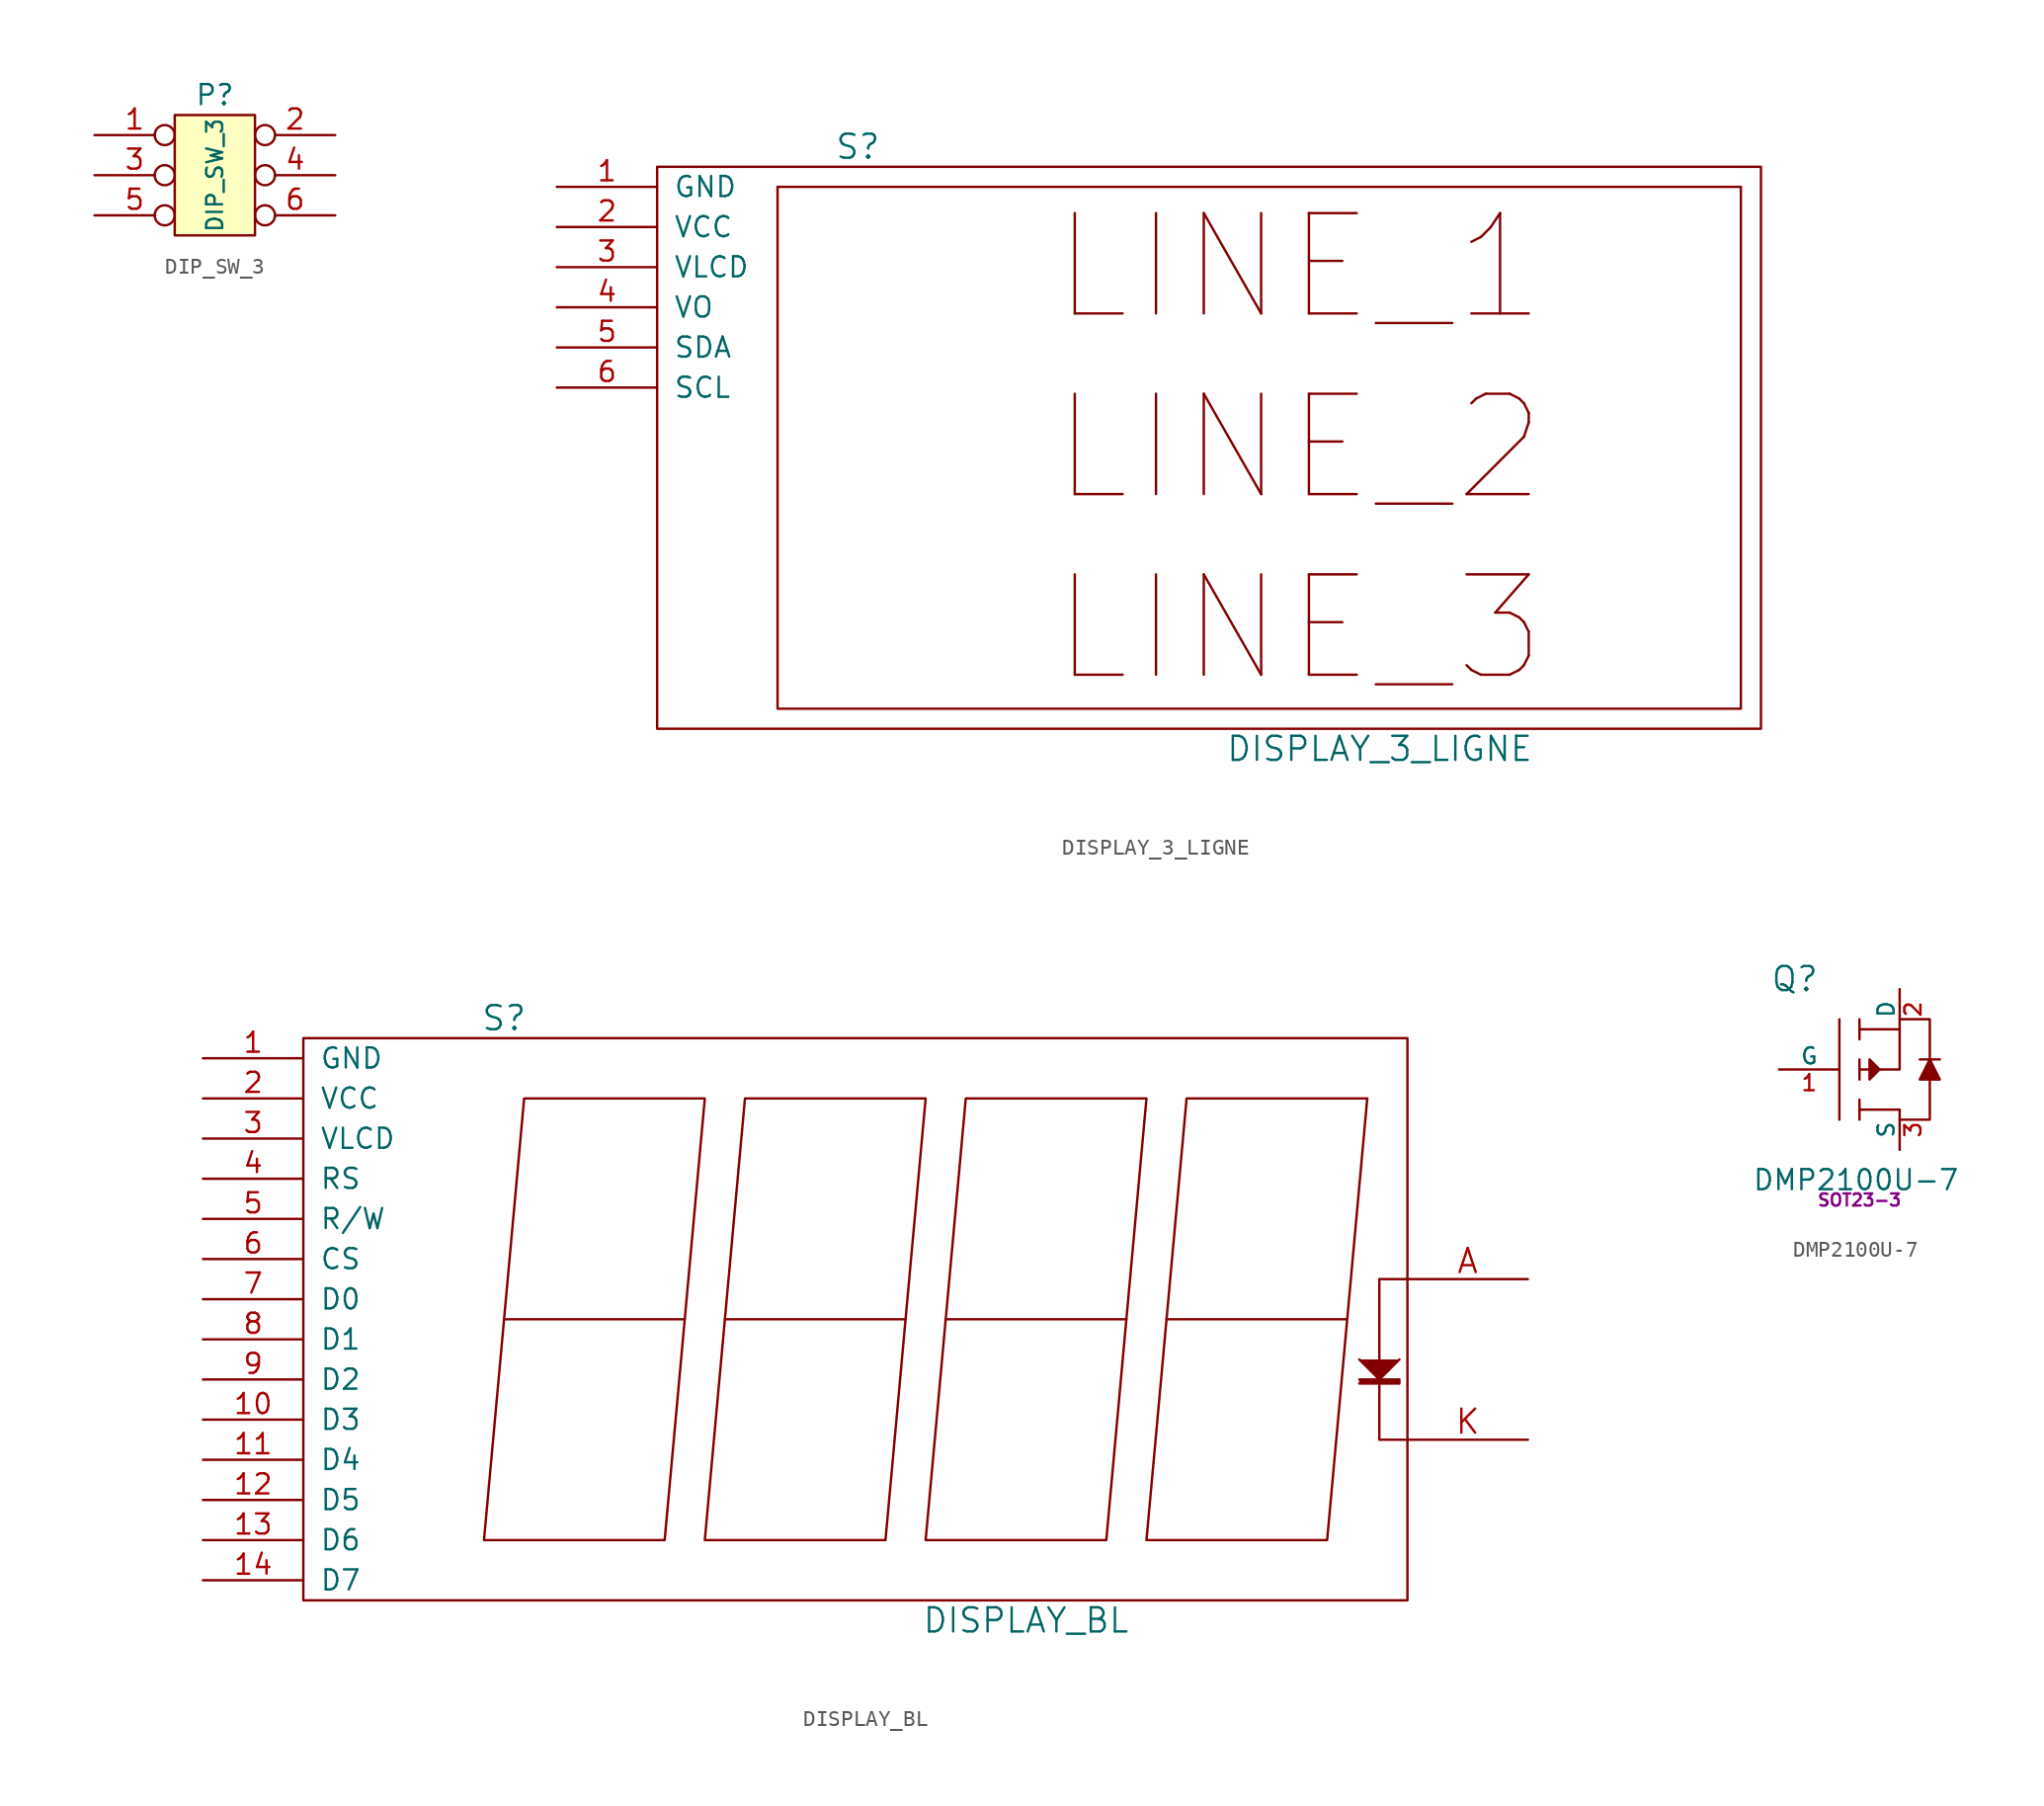
<source format=kicad_sym>
(kicad_symbol_lib
  (version 20220914)
  (generator kicad_symbol_editor)
  (symbol "DIP_SW_3"
    (pin_names
      (offset 1.016) hide)
    (property "Reference" "P"
      (at 0 5.08 0)
      (effects (font (size 1.27 1.27))))
    (property "Value" "DIP_SW_3"
      (at 0 0 90)
      (effects (font (size 1.016 1.016))))
    (property "Footprint" ""
      (at 0 -1.27 0)
      (effects (font (size 1.524 1.524))))
    (property "Datasheet" ""
      (at 0 -1.27 0)
      (effects (font (size 1.524 1.524))))
    (symbol "DIP_SW_3_0_1"
      (rectangle (start -2.54 3.81) (end 2.54 -3.81) (stroke (width 0) (type default)) (fill (type background))))
    (symbol "DIP_SW_3_1_1"
      (pin passive inverted (at -7.62 2.54 0) (length 5.08) (name "1" (effects (font (size 1.27 1.27)))) (number "1" (effects (font (size 1.27 1.27)))))
      (pin passive inverted (at 7.62 2.54 180) (length 5.08) (name "2" (effects (font (size 1.27 1.27)))) (number "2" (effects (font (size 1.27 1.27)))))
      (pin passive inverted (at -7.62 0 0) (length 5.08) (name "3" (effects (font (size 1.27 1.27)))) (number "3" (effects (font (size 1.27 1.27)))))
      (pin passive inverted (at 7.62 0 180) (length 5.08) (name "4" (effects (font (size 1.27 1.27)))) (number "4" (effects (font (size 1.27 1.27)))))
      (pin passive inverted (at -7.62 -2.54 0) (length 5.08) (name "5" (effects (font (size 1.27 1.27)))) (number "5" (effects (font (size 1.27 1.27)))))
      (pin passive inverted (at 7.62 -2.54 180) (length 5.08) (name "6" (effects (font (size 1.27 1.27)))) (number "6" (effects (font (size 1.27 1.27)))))))
  (symbol "DISPLAY_3_LIGNE"
    (pin_names
      (offset 1.016))
    (property "Reference" "S"
      (at -26.67 19.05 0)
      (effects (font (size 1.524 1.524))))
    (property "Value" "DISPLAY_3_LIGNE"
      (at 6.35 -19.05 0)
      (effects (font (size 1.524 1.524))))
    (property "Footprint" ""
      (at 0 0 0)
      (effects (font (size 1.524 1.524))))
    (property "Datasheet" ""
      (at 0 0 0)
      (effects (font (size 1.524 1.524))))
    (symbol "DISPLAY_3_LIGNE_0_0"
      (rectangle (start -31.75 16.51) (end 29.21 -16.51) (stroke (width 0) (type default)) (fill (type none)))
      (text "LINE_1" (at 1.27 11.43 0) (effects (font (size 6.35 6.35))))
      (text "LINE_2" (at 1.27 0 0) (effects (font (size 6.35 6.35))))
      (text "LINE_3" (at 1.27 -11.43 0) (effects (font (size 6.35 6.35)))))
    (symbol "DISPLAY_3_LIGNE_0_1"
      (rectangle (start -39.37 17.78) (end 30.48 -17.78) (stroke (width 0) (type default)) (fill (type none))))
    (symbol "DISPLAY_3_LIGNE_1_1"
      (pin power_in line (at -45.72 16.51 0) (length 6.35) (name "GND" (effects (font (size 1.27 1.27)))) (number "1" (effects (font (size 1.27 1.27)))))
      (pin power_in line (at -45.72 13.97 0) (length 6.35) (name "VCC" (effects (font (size 1.27 1.27)))) (number "2" (effects (font (size 1.27 1.27)))))
      (pin input line (at -45.72 11.43 0) (length 6.35) (name "VLCD" (effects (font (size 1.27 1.27)))) (number "3" (effects (font (size 1.27 1.27)))))
      (pin input line (at -45.72 8.89 0) (length 6.35) (name "VO" (effects (font (size 1.27 1.27)))) (number "4" (effects (font (size 1.27 1.27)))))
      (pin input line (at -45.72 6.35 0) (length 6.35) (name "SDA" (effects (font (size 1.27 1.27)))) (number "5" (effects (font (size 1.27 1.27)))))
      (pin input line (at -45.72 3.81 0) (length 6.35) (name "SCL" (effects (font (size 1.27 1.27)))) (number "6" (effects (font (size 1.27 1.27)))))))
  (symbol "DISPLAY_BL"
    (pin_names
      (offset 1.016))
    (property "Reference" "S"
      (at -26.67 19.05 0)
      (effects (font (size 1.524 1.524))))
    (property "Value" "DISPLAY_BL"
      (at 6.35 -19.05 0)
      (effects (font (size 1.524 1.524))))
    (property "Footprint" ""
      (at 0 0 0)
      (effects (font (size 1.524 1.524))))
    (property "Datasheet" ""
      (at 0 0 0)
      (effects (font (size 1.524 1.524))))
    (symbol "DISPLAY_BL_0_1"
      (rectangle (start -39.37 17.78) (end 30.48 -17.78) (stroke (width 0) (type default)) (fill (type none)))
      (polyline (pts (xy -26.67 0) (xy -15.24 0)) (stroke (width 0) (type default)) (fill (type none)))
      (polyline (pts (xy -12.7 0) (xy -1.27 0)) (stroke (width 0) (type default)) (fill (type none)))
      (polyline (pts (xy 1.27 0) (xy 12.7 0)) (stroke (width 0) (type default)) (fill (type none)))
      (polyline (pts (xy 15.24 0) (xy 26.67 0)) (stroke (width 0) (type default)) (fill (type none)))
      (polyline (pts (xy 27.432 -2.54) (xy 28.702 -3.81) (xy 29.972 -2.54)) (stroke (width 0) (type default)) (fill (type outline)))
      (polyline (pts (xy 28.702 -4.064) (xy 28.702 -7.62) (xy 30.48 -7.62)) (stroke (width 0) (type default)) (fill (type none)))
      (polyline (pts (xy 28.702 -2.54) (xy 28.702 2.54) (xy 30.48 2.54)) (stroke (width 0) (type default)) (fill (type none)))
      (polyline (pts (xy 27.432 -3.81) (xy 29.972 -3.81) (xy 29.972 -4.064) (xy 27.432 -4.064)) (stroke (width 0) (type default)) (fill (type outline)))
      (polyline (pts (xy -27.94 -13.97) (xy -25.4 13.97) (xy -13.97 13.97) (xy -16.51 -13.97) (xy -27.94 -13.97)) (stroke (width 0) (type default)) (fill (type none)))
      (polyline (pts (xy -13.97 -13.97) (xy -11.43 13.97) (xy 0 13.97) (xy -2.54 -13.97) (xy -13.97 -13.97)) (stroke (width 0) (type default)) (fill (type none)))
      (polyline (pts (xy 0 -13.97) (xy 2.54 13.97) (xy 13.97 13.97) (xy 11.43 -13.97) (xy 0 -13.97)) (stroke (width 0) (type default)) (fill (type none)))
      (polyline (pts (xy 16.51 13.97) (xy 13.97 -13.97) (xy 25.4 -13.97) (xy 27.94 13.97) (xy 16.51 13.97)) (stroke (width 0) (type default)) (fill (type none))))
    (symbol "DISPLAY_BL_1_1"
      (pin power_in line (at -45.72 16.51 0) (length 6.35) (name "GND" (effects (font (size 1.27 1.27)))) (number "1" (effects (font (size 1.27 1.27)))))
      (pin tri_state line (at -45.72 -6.35 0) (length 6.35) (name "D3" (effects (font (size 1.27 1.27)))) (number "10" (effects (font (size 1.27 1.27)))))
      (pin tri_state line (at -45.72 -8.89 0) (length 6.35) (name "D4" (effects (font (size 1.27 1.27)))) (number "11" (effects (font (size 1.27 1.27)))))
      (pin tri_state line (at -45.72 -11.43 0) (length 6.35) (name "D5" (effects (font (size 1.27 1.27)))) (number "12" (effects (font (size 1.27 1.27)))))
      (pin tri_state line (at -45.72 -13.97 0) (length 6.35) (name "D6" (effects (font (size 1.27 1.27)))) (number "13" (effects (font (size 1.27 1.27)))))
      (pin tri_state line (at -45.72 -16.51 0) (length 6.35) (name "D7" (effects (font (size 1.27 1.27)))) (number "14" (effects (font (size 1.27 1.27)))))
      (pin power_in line (at -45.72 13.97 0) (length 6.35) (name "VCC" (effects (font (size 1.27 1.27)))) (number "2" (effects (font (size 1.27 1.27)))))
      (pin input line (at -45.72 11.43 0) (length 6.35) (name "VLCD" (effects (font (size 1.27 1.27)))) (number "3" (effects (font (size 1.27 1.27)))))
      (pin input line (at -45.72 8.89 0) (length 6.35) (name "RS" (effects (font (size 1.27 1.27)))) (number "4" (effects (font (size 1.27 1.27)))))
      (pin input line (at -45.72 6.35 0) (length 6.35) (name "R/W" (effects (font (size 1.27 1.27)))) (number "5" (effects (font (size 1.27 1.27)))))
      (pin input line (at -45.72 3.81 0) (length 6.35) (name "CS" (effects (font (size 1.27 1.27)))) (number "6" (effects (font (size 1.27 1.27)))))
      (pin tri_state line (at -45.72 1.27 0) (length 6.35) (name "D0" (effects (font (size 1.27 1.27)))) (number "7" (effects (font (size 1.27 1.27)))))
      (pin tri_state line (at -45.72 -1.27 0) (length 6.35) (name "D1" (effects (font (size 1.27 1.27)))) (number "8" (effects (font (size 1.27 1.27)))))
      (pin tri_state line (at -45.72 -3.81 0) (length 6.35) (name "D2" (effects (font (size 1.27 1.27)))) (number "9" (effects (font (size 1.27 1.27)))))
      (pin input line (at 38.1 2.54 180) (length 7.62) (name "~" (effects (font (size 1.524 1.524)))) (number "A" (effects (font (size 1.524 1.524)))))
      (pin input line (at 38.1 -7.62 180) (length 7.62) (name "~" (effects (font (size 1.524 1.524)))) (number "K" (effects (font (size 1.524 1.524)))))))
  (symbol "DMP2100U-7"
    (pin_names
      (offset 0))
    (property "Reference" "Q"
      (at -2.54 5.715 0)
      (effects (font (size 1.524 1.524)) (justify right)))
    (property "Value" "DMP2100U-7"
      (at 6.35 -6.985 0)
      (effects (font (size 1.27 1.27)) (justify right)))
    (property "Footprint" "SOT23-3"
      (at 0 -8.255 0)
      (effects (font (size 0.762 0.762))))
    (property "Datasheet" ""
      (at 0 0 0)
      (effects (font (size 1.524 1.524))))
    (symbol "DMP2100U-7_0_0"
      (polyline (pts (xy -1.27 -3.175) (xy -1.27 3.175)) (stroke (width 0) (type default)) (fill (type none)))
      (polyline (pts (xy 0 -1.905) (xy 0 -3.175)) (stroke (width 0) (type default)) (fill (type none)))
      (polyline (pts (xy 0 0.635) (xy 0 -0.635)) (stroke (width 0) (type default)) (fill (type none)))
      (polyline (pts (xy 0 3.175) (xy 0 1.905)) (stroke (width 0) (type default)) (fill (type none)))
      (polyline (pts (xy 0.635 0) (xy 0 0)) (stroke (width 0) (type default)) (fill (type none)))
      (polyline (pts (xy 3.81 0.635) (xy 5.08 0.635)) (stroke (width 0) (type default)) (fill (type none)))
      (polyline (pts (xy 1.27 0) (xy 2.54 0) (xy 2.54 2.54)) (stroke (width 0) (type default)) (fill (type none)))
      (polyline (pts (xy 1.27 0) (xy 0.635 0.635) (xy 0.635 -0.635) (xy 1.27 0)) (stroke (width 0) (type default)) (fill (type outline)))
      (polyline (pts (xy 2.54 -3.175) (xy 4.445 -3.175) (xy 4.445 3.175) (xy 2.54 3.175)) (stroke (width 0) (type default)) (fill (type none)))
      (polyline (pts (xy 4.445 0.635) (xy 3.81 -0.635) (xy 5.08 -0.635) (xy 4.445 0.635)) (stroke (width 0) (type default)) (fill (type outline))))
    (symbol "DMP2100U-7_0_1"
      (polyline (pts (xy 2.54 -2.54) (xy 0 -2.54)) (stroke (width 0) (type default)) (fill (type none)))
      (polyline (pts (xy 2.54 2.54) (xy 0 2.54)) (stroke (width 0) (type default)) (fill (type none))))
    (symbol "DMP2100U-7_1_1"
      (pin input line (at -5.08 0 0) (length 3.81) (name "G" (effects (font (size 1.016 1.016)))) (number "1" (effects (font (size 1.016 1.016)))))
      (pin passive line (at 2.54 5.08 270) (length 2.54) (name "D" (effects (font (size 1.016 1.016)))) (number "2" (effects (font (size 1.016 1.016)))))
      (pin passive line (at 2.54 -5.08 90) (length 2.54) (name "S" (effects (font (size 1.016 1.016)))) (number "3" (effects (font (size 1.016 1.016))))))))
</source>
